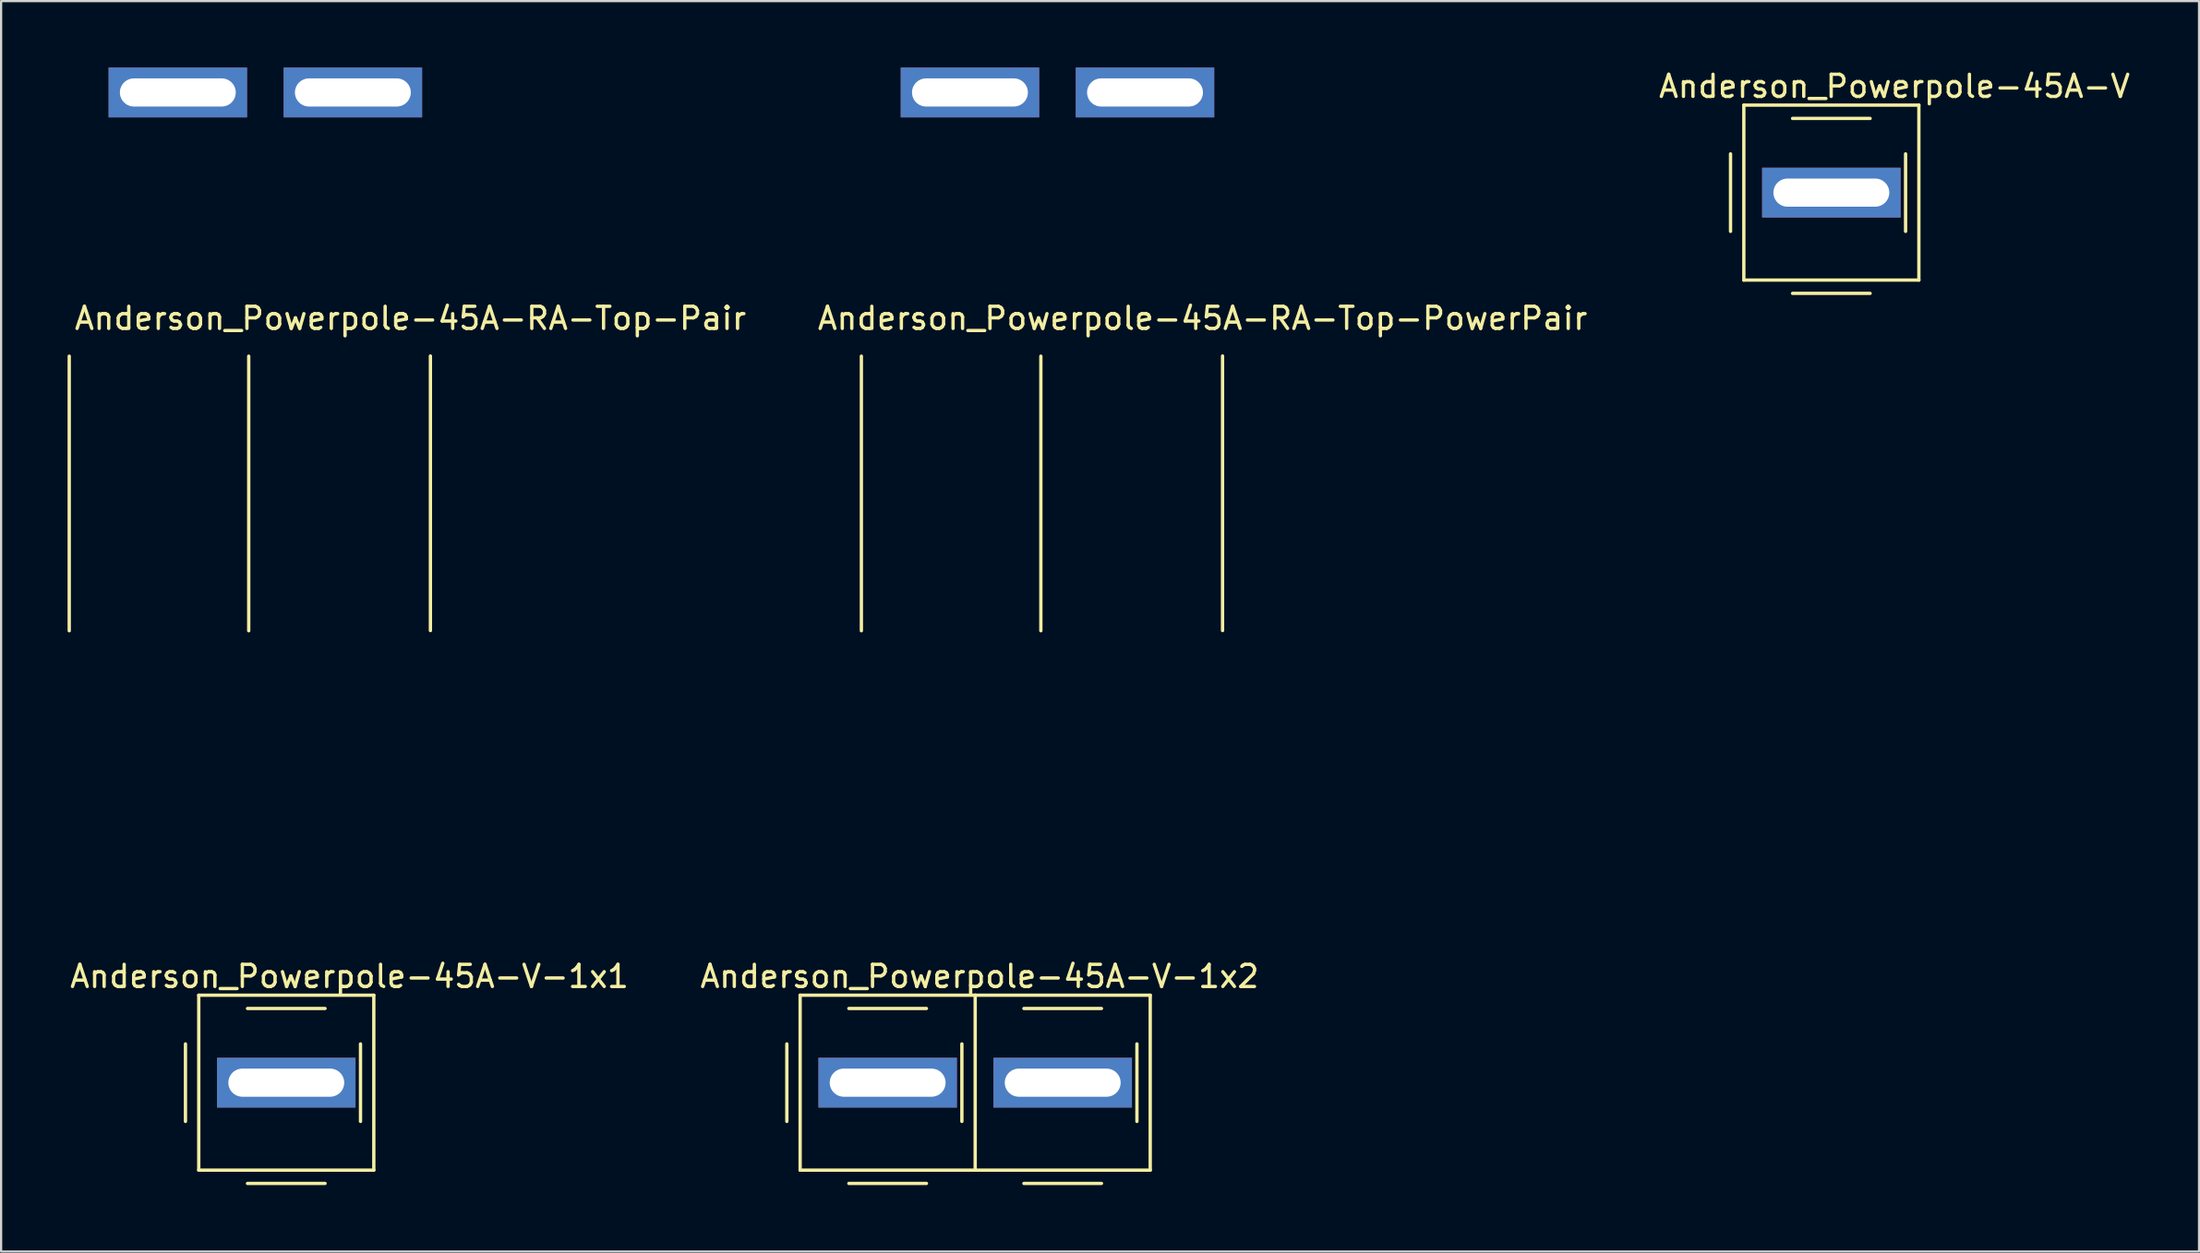
<source format=kicad_pcb>
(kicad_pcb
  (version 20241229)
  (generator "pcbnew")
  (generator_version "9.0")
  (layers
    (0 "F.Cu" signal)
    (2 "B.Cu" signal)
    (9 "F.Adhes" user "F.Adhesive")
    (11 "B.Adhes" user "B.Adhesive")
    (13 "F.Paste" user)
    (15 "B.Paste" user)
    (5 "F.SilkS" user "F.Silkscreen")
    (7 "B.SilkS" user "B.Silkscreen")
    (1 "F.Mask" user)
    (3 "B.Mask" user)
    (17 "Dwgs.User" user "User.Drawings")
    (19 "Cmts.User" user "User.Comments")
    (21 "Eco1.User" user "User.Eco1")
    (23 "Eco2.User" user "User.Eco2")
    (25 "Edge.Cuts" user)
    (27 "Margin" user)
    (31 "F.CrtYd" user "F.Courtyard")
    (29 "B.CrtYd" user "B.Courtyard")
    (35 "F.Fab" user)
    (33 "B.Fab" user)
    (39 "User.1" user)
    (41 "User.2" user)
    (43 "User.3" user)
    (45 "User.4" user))
  (footprint "Anderson_Powerpole-45A-RA-Top-Pair"
    (layer "F.Cu")
    (at 4.975 1.125)
    (property "Reference" "Anderson_Powerpole-45A-RA-Top-Pair" (at 10.5 10.2 0) (layer "F.SilkS") (effects (font (size 1 1) (thickness 0.15))))
    (attr through_hole)
    (fp_line (start -4.9 11.908) (end -4.9 24.308) (stroke (width 0.15) (type solid)) (layer "F.SilkS"))
    (fp_line (start 3.2 11.908) (end 3.2 24.308) (stroke (width 0.15) (type solid)) (layer "F.SilkS"))
    (fp_line (start 11.4 11.9) (end 11.4 24.3) (stroke (width 0.15) (type solid)) (layer "F.SilkS"))
    (fp_line (start 0 0) (end 0 34.492) (stroke (width 0.15) (type solid)) (layer "Eco1.User"))
    (fp_line (start 0.25 34.492) (end -0.25 34.492) (stroke (width 0.15) (type solid)) (layer "Eco1.User"))
    (fp_line (start 7.9 0) (end 7.9 34.492) (stroke (width 0.15) (type solid)) (layer "Eco1.User"))
    (fp_line (start 8.15 34.492) (end 7.65 34.492) (stroke (width 0.15) (type solid)) (layer "Eco1.User"))
    (fp_line (start -4.2 11.392) (end 4.2 11.392) (stroke (width 0.15) (type solid)) (layer "Eco2.User"))
    (fp_line (start -4.1 24.792) (end -4.2 11.392) (stroke (width 0.15) (type solid)) (layer "Eco2.User"))
    (fp_line (start -3.95 35.992) (end -4.1 27.392) (stroke (width 0.15) (type solid)) (layer "Eco2.User"))
    (fp_line (start 3.7 11.392) (end 12.1 11.392) (stroke (width 0.15) (type solid)) (layer "Eco2.User"))
    (fp_line (start 3.8 24.792) (end 3.7 11.392) (stroke (width 0.15) (type solid)) (layer "Eco2.User"))
    (fp_line (start 3.95 35.992) (end -3.95 35.992) (stroke (width 0.15) (type solid)) (layer "Eco2.User"))
    (fp_line (start 3.95 35.992) (end 3.8 27.392) (stroke (width 0.15) (type solid)) (layer "Eco2.User"))
    (fp_line (start 3.95 35.992) (end 4.1 27.392) (stroke (width 0.15) (type solid)) (layer "Eco2.User"))
    (fp_line (start 4.1 24.792) (end 4.2 11.392) (stroke (width 0.15) (type solid)) (layer "Eco2.User"))
    (fp_line (start 11.85 35.992) (end 3.95 35.992) (stroke (width 0.15) (type solid)) (layer "Eco2.User"))
    (fp_line (start 11.85 35.992) (end 12 27.392) (stroke (width 0.15) (type solid)) (layer "Eco2.User"))
    (fp_line (start 12 24.792) (end 12.1 11.392) (stroke (width 0.15) (type solid)) (layer "Eco2.User"))
    (fp_arc (start -4.1 24.792) (mid -3.180761 25.172761) (end -2.8 26.092) (stroke (width 0.15) (type solid)) (layer "Eco2.User"))
    (fp_arc (start -2.8 26.092) (mid -3.180761 27.011239) (end -4.1 27.392) (stroke (width 0.15) (type solid)) (layer "Eco2.User"))
    (fp_arc (start 2.8 26.092) (mid 3.180761 25.172761) (end 4.1 24.792) (stroke (width 0.15) (type solid)) (layer "Eco2.User"))
    (fp_arc (start 3.8 24.792) (mid 4.719239 25.172761) (end 5.1 26.092) (stroke (width 0.15) (type solid)) (layer "Eco2.User"))
    (fp_arc (start 4.1 27.392) (mid 3.180761 27.011239) (end 2.8 26.092) (stroke (width 0.15) (type solid)) (layer "Eco2.User"))
    (fp_arc (start 5.1 26.092) (mid 4.719239 27.011239) (end 3.8 27.392) (stroke (width 0.15) (type solid)) (layer "Eco2.User"))
    (fp_arc (start 10.7 26.092) (mid 11.080761 25.172761) (end 12 24.792) (stroke (width 0.15) (type solid)) (layer "Eco2.User"))
    (fp_arc (start 12 27.392) (mid 11.080761 27.011239) (end 10.7 26.092) (stroke (width 0.15) (type solid)) (layer "Eco2.User"))
    (fp_text user "Positive" (at 6.8 19.1 90) (layer "Eco2.User") (effects (font (size 1 1) (thickness 0.15))))
    (fp_text user "Negative" (at 1.3 18.9 90) (layer "Eco2.User") (effects (font (size 1 1) (thickness 0.15))))
    (pad "1" thru_hole rect (at 7.9 0) (size 6.25 2.25) (drill oval 5.23 1.27) (layers "*.Cu" "*.Mask"))
    (pad "2" thru_hole rect (at 0 0) (size 6.25 2.25) (drill oval 5.23 1.27) (layers "*.Cu" "*.Mask")))
  (footprint "Anderson_Powerpole-45A-V-1x2"
    (layer "F.Cu")
    (at 40.961 45.84)
    (property "Reference" "Anderson_Powerpole-45A-V-1x2" (at 0.2 -4.8 0) (layer "F.SilkS") (effects (font (size 1 1) (thickness 0.15))))
    (attr through_hole)
    (fp_line (start -8.5 -1.75) (end -8.5 1.75) (stroke (width 0.15) (type solid)) (layer "F.SilkS"))
    (fp_line (start -7.9 -3.95) (end -7.9 3.95) (stroke (width 0.15) (type solid)) (layer "F.SilkS"))
    (fp_line (start -7.9 -3.95) (end 0 -3.95) (stroke (width 0.15) (type solid)) (layer "F.SilkS"))
    (fp_line (start -7.9 3.95) (end 0 3.95) (stroke (width 0.15) (type solid)) (layer "F.SilkS"))
    (fp_line (start -5.7 -3.35) (end -2.2 -3.35) (stroke (width 0.15) (type solid)) (layer "F.SilkS"))
    (fp_line (start -5.7 4.55) (end -2.2 4.55) (stroke (width 0.15) (type solid)) (layer "F.SilkS"))
    (fp_line (start -0.6 -1.75) (end -0.6 1.75) (stroke (width 0.15) (type solid)) (layer "F.SilkS"))
    (fp_line (start 0 -3.95) (end 0 3.95) (stroke (width 0.15) (type solid)) (layer "F.SilkS"))
    (fp_line (start 0 -3.95) (end 7.9 -3.95) (stroke (width 0.15) (type solid)) (layer "F.SilkS"))
    (fp_line (start 0 3.95) (end 7.9 3.95) (stroke (width 0.15) (type solid)) (layer "F.SilkS"))
    (fp_line (start 2.2 -3.35) (end 5.7 -3.35) (stroke (width 0.15) (type solid)) (layer "F.SilkS"))
    (fp_line (start 2.2 4.55) (end 5.7 4.55) (stroke (width 0.15) (type solid)) (layer "F.SilkS"))
    (fp_line (start 7.3 -1.75) (end 7.3 1.75) (stroke (width 0.15) (type solid)) (layer "F.SilkS"))
    (fp_line (start 7.9 -3.95) (end 7.9 3.95) (stroke (width 0.15) (type solid)) (layer "F.SilkS"))
    (pad "1" thru_hole rect (at -3.95 0) (size 6.25 2.25) (drill oval 5.23 1.27) (layers "*.Cu" "*.Mask"))
    (pad "2" thru_hole rect (at 3.95 0) (size 6.25 2.25) (drill oval 5.23 1.27) (layers "*.Cu" "*.Mask")))
  (footprint "Anderson_Powerpole-45A-V"
    (layer "F.Cu")
    (at 79.651 5.648)
    (property "Reference" "Anderson_Powerpole-45A-V" (at 2.8 -4.8 0) (layer "F.SilkS") (effects (font (size 1 1) (thickness 0.15))))
    (attr through_hole)
    (fp_line (start -4.6 -1.75) (end -4.6 1.75) (stroke (width 0.15) (type solid)) (layer "F.SilkS"))
    (fp_line (start -4 -3.95) (end -4 3.95) (stroke (width 0.15) (type solid)) (layer "F.SilkS"))
    (fp_line (start -4 -3.95) (end 3.9 -3.95) (stroke (width 0.15) (type solid)) (layer "F.SilkS"))
    (fp_line (start -4 3.95) (end 3.9 3.95) (stroke (width 0.15) (type solid)) (layer "F.SilkS"))
    (fp_line (start -1.8 -3.35) (end 1.7 -3.35) (stroke (width 0.15) (type solid)) (layer "F.SilkS"))
    (fp_line (start -1.8 4.55) (end 1.7 4.55) (stroke (width 0.15) (type solid)) (layer "F.SilkS"))
    (fp_line (start 3.3 -1.75) (end 3.3 1.75) (stroke (width 0.15) (type solid)) (layer "F.SilkS"))
    (fp_line (start 3.9 -3.95) (end 3.9 3.95) (stroke (width 0.15) (type solid)) (layer "F.SilkS"))
    (pad "1" thru_hole rect (at -0.05 0) (size 6.25 2.25) (drill oval 5.23 1.27) (layers "*.Cu" "*.Mask")))
  (footprint "Anderson_Powerpole-45A-RA-Top-PowerPair"
    (layer "F.Cu")
    (at 40.725 1.125)
    (property "Reference" "Anderson_Powerpole-45A-RA-Top-PowerPair" (at 10.5 10.2 0) (layer "F.SilkS") (effects (font (size 1 1) (thickness 0.15))))
    (attr through_hole)
    (fp_line (start -4.9 11.908) (end -4.9 24.308) (stroke (width 0.15) (type solid)) (layer "F.SilkS"))
    (fp_line (start 3.2 11.908) (end 3.2 24.308) (stroke (width 0.15) (type solid)) (layer "F.SilkS"))
    (fp_line (start 11.4 11.9) (end 11.4 24.3) (stroke (width 0.15) (type solid)) (layer "F.SilkS"))
    (fp_line (start 0 0) (end 0 34.492) (stroke (width 0.15) (type solid)) (layer "Eco1.User"))
    (fp_line (start 0.25 34.492) (end -0.25 34.492) (stroke (width 0.15) (type solid)) (layer "Eco1.User"))
    (fp_line (start 7.9 0) (end 7.9 34.492) (stroke (width 0.15) (type solid)) (layer "Eco1.User"))
    (fp_line (start 8.15 34.492) (end 7.65 34.492) (stroke (width 0.15) (type solid)) (layer "Eco1.User"))
    (fp_line (start -4.2 11.392) (end 4.2 11.392) (stroke (width 0.15) (type solid)) (layer "Eco2.User"))
    (fp_line (start -4.1 24.792) (end -4.2 11.392) (stroke (width 0.15) (type solid)) (layer "Eco2.User"))
    (fp_line (start -3.95 35.992) (end -4.1 27.392) (stroke (width 0.15) (type solid)) (layer "Eco2.User"))
    (fp_line (start 3.7 11.392) (end 12.1 11.392) (stroke (width 0.15) (type solid)) (layer "Eco2.User"))
    (fp_line (start 3.8 24.792) (end 3.7 11.392) (stroke (width 0.15) (type solid)) (layer "Eco2.User"))
    (fp_line (start 3.95 35.992) (end -3.95 35.992) (stroke (width 0.15) (type solid)) (layer "Eco2.User"))
    (fp_line (start 3.95 35.992) (end 3.8 27.392) (stroke (width 0.15) (type solid)) (layer "Eco2.User"))
    (fp_line (start 3.95 35.992) (end 4.1 27.392) (stroke (width 0.15) (type solid)) (layer "Eco2.User"))
    (fp_line (start 4.1 24.792) (end 4.2 11.392) (stroke (width 0.15) (type solid)) (layer "Eco2.User"))
    (fp_line (start 11.85 35.992) (end 3.95 35.992) (stroke (width 0.15) (type solid)) (layer "Eco2.User"))
    (fp_line (start 11.85 35.992) (end 12 27.392) (stroke (width 0.15) (type solid)) (layer "Eco2.User"))
    (fp_line (start 12 24.792) (end 12.1 11.392) (stroke (width 0.15) (type solid)) (layer "Eco2.User"))
    (fp_arc (start -4.1 24.792) (mid -3.180761 25.172761) (end -2.8 26.092) (stroke (width 0.15) (type solid)) (layer "Eco2.User"))
    (fp_arc (start -2.8 26.092) (mid -3.180761 27.011239) (end -4.1 27.392) (stroke (width 0.15) (type solid)) (layer "Eco2.User"))
    (fp_arc (start 2.8 26.092) (mid 3.180761 25.172761) (end 4.1 24.792) (stroke (width 0.15) (type solid)) (layer "Eco2.User"))
    (fp_arc (start 3.8 24.792) (mid 4.719239 25.172761) (end 5.1 26.092) (stroke (width 0.15) (type solid)) (layer "Eco2.User"))
    (fp_arc (start 4.1 27.392) (mid 3.180761 27.011239) (end 2.8 26.092) (stroke (width 0.15) (type solid)) (layer "Eco2.User"))
    (fp_arc (start 5.1 26.092) (mid 4.719239 27.011239) (end 3.8 27.392) (stroke (width 0.15) (type solid)) (layer "Eco2.User"))
    (fp_arc (start 10.7 26.092) (mid 11.080761 25.172761) (end 12 24.792) (stroke (width 0.15) (type solid)) (layer "Eco2.User"))
    (fp_arc (start 12 27.392) (mid 11.080761 27.011239) (end 10.7 26.092) (stroke (width 0.15) (type solid)) (layer "Eco2.User"))
    (fp_text user "Positive" (at 6.8 19.1 90) (layer "Eco2.User") (effects (font (size 1 1) (thickness 0.15))))
    (fp_text user "Negative" (at 1.3 18.9 90) (layer "Eco2.User") (effects (font (size 1 1) (thickness 0.15))))
    (pad "1" thru_hole rect (at 7.9 0) (size 6.25 2.25) (drill oval 5.23 1.27) (layers "*.Cu" "*.Mask"))
    (pad "2" thru_hole rect (at 0 0) (size 6.25 2.25) (drill oval 5.23 1.27) (layers "*.Cu" "*.Mask")))
  (footprint "Anderson_Powerpole-45A-V-1x1"
    (layer "F.Cu")
    (at 9.92 45.84)
    (property "Reference" "Anderson_Powerpole-45A-V-1x1" (at 2.8 -4.8 0) (layer "F.SilkS") (effects (font (size 1 1) (thickness 0.15))))
    (attr through_hole)
    (fp_line (start -4.6 -1.75) (end -4.6 1.75) (stroke (width 0.15) (type solid)) (layer "F.SilkS"))
    (fp_line (start -4 -3.95) (end -4 3.95) (stroke (width 0.15) (type solid)) (layer "F.SilkS"))
    (fp_line (start -4 -3.95) (end 3.9 -3.95) (stroke (width 0.15) (type solid)) (layer "F.SilkS"))
    (fp_line (start -4 3.95) (end 3.9 3.95) (stroke (width 0.15) (type solid)) (layer "F.SilkS"))
    (fp_line (start -1.8 -3.35) (end 1.7 -3.35) (stroke (width 0.15) (type solid)) (layer "F.SilkS"))
    (fp_line (start -1.8 4.55) (end 1.7 4.55) (stroke (width 0.15) (type solid)) (layer "F.SilkS"))
    (fp_line (start 3.3 -1.75) (end 3.3 1.75) (stroke (width 0.15) (type solid)) (layer "F.SilkS"))
    (fp_line (start 3.9 -3.95) (end 3.9 3.95) (stroke (width 0.15) (type solid)) (layer "F.SilkS"))
    (pad "1" thru_hole rect (at -0.05 0) (size 6.25 2.25) (drill oval 5.23 1.27) (layers "*.Cu" "*.Mask")))
  (gr_rect
    (start -3 -3)
    (end 96.195 53.465)
    (stroke (width 0.1) (type default))
    (fill no)
    (layer "Edge.Cuts")))
</source>
